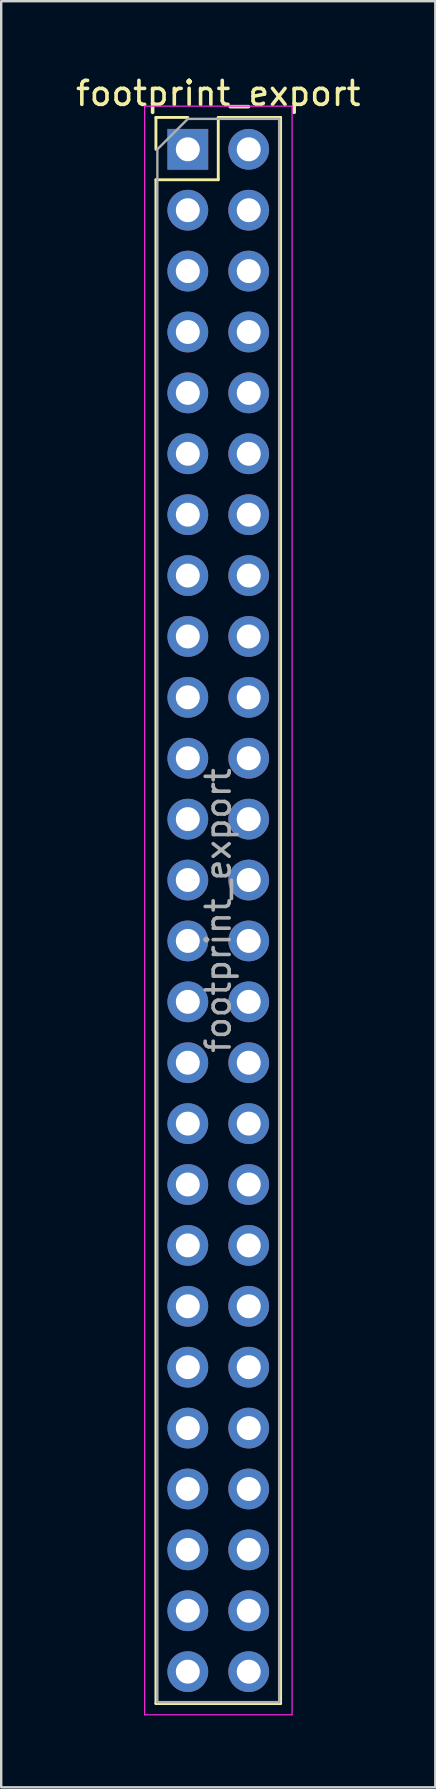
<source format=kicad_pcb>
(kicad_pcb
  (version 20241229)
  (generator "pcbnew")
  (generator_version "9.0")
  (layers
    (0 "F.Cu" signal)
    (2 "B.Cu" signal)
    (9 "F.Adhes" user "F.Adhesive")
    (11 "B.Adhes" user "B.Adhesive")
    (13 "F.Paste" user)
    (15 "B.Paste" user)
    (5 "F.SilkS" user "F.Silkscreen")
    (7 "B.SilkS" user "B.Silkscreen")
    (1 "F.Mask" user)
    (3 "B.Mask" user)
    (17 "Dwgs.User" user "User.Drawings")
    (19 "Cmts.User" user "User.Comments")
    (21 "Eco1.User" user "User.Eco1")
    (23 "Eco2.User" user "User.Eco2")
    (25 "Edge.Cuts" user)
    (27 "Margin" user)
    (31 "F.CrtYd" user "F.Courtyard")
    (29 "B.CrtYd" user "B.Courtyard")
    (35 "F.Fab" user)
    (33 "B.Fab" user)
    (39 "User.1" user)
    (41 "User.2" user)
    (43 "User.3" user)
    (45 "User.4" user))
  (footprint "footprint_export"
    (layer "F.Cu")
    (at 4.784 3.178)
    (property "Reference" "footprint_export" (at 1.27 -2.33 0) (layer "F.SilkS") (effects (font (size 1 1) (thickness 0.15))))
    (attr through_hole)
    (fp_line (start -1.33 -1.33) (end 0 -1.33) (stroke (width 0.12) (type solid)) (layer "F.SilkS"))
    (fp_line (start -1.33 0) (end -1.33 -1.33) (stroke (width 0.12) (type solid)) (layer "F.SilkS"))
    (fp_line (start -1.33 1.27) (end -1.33 64.83) (stroke (width 0.12) (type solid)) (layer "F.SilkS"))
    (fp_line (start -1.33 1.27) (end 1.27 1.27) (stroke (width 0.12) (type solid)) (layer "F.SilkS"))
    (fp_line (start -1.33 64.83) (end 3.87 64.83) (stroke (width 0.12) (type solid)) (layer "F.SilkS"))
    (fp_line (start 1.27 -1.33) (end 3.87 -1.33) (stroke (width 0.12) (type solid)) (layer "F.SilkS"))
    (fp_line (start 1.27 1.27) (end 1.27 -1.33) (stroke (width 0.12) (type solid)) (layer "F.SilkS"))
    (fp_line (start 3.87 -1.33) (end 3.87 64.83) (stroke (width 0.12) (type solid)) (layer "F.SilkS"))
    (fp_line (start -1.8 -1.8) (end -1.8 65.3) (stroke (width 0.05) (type solid)) (layer "F.CrtYd"))
    (fp_line (start -1.8 65.3) (end 4.35 65.3) (stroke (width 0.05) (type solid)) (layer "F.CrtYd"))
    (fp_line (start 4.35 -1.8) (end -1.8 -1.8) (stroke (width 0.05) (type solid)) (layer "F.CrtYd"))
    (fp_line (start 4.35 65.3) (end 4.35 -1.8) (stroke (width 0.05) (type solid)) (layer "F.CrtYd"))
    (fp_line (start -1.27 0) (end 0 -1.27) (stroke (width 0.1) (type solid)) (layer "F.Fab"))
    (fp_line (start -1.27 64.77) (end -1.27 0) (stroke (width 0.1) (type solid)) (layer "F.Fab"))
    (fp_line (start 0 -1.27) (end 3.81 -1.27) (stroke (width 0.1) (type solid)) (layer "F.Fab"))
    (fp_line (start 3.81 -1.27) (end 3.81 64.77) (stroke (width 0.1) (type solid)) (layer "F.Fab"))
    (fp_line (start 3.81 64.77) (end -1.27 64.77) (stroke (width 0.1) (type solid)) (layer "F.Fab"))
    (fp_text user "${REFERENCE}" (at 1.27 31.75 90) (layer "F.Fab") (effects (font (size 1 1) (thickness 0.15))))
    (pad "1" thru_hole rect (at 0 0) (size 1.7 1.7) (drill 1) (layers "*.Cu" "*.Mask"))
    (pad "2" thru_hole oval (at 2.54 0) (size 1.7 1.7) (drill 1) (layers "*.Cu" "*.Mask"))
    (pad "3" thru_hole oval (at 0 2.54) (size 1.7 1.7) (drill 1) (layers "*.Cu" "*.Mask"))
    (pad "4" thru_hole oval (at 2.54 2.54) (size 1.7 1.7) (drill 1) (layers "*.Cu" "*.Mask"))
    (pad "5" thru_hole oval (at 0 5.08) (size 1.7 1.7) (drill 1) (layers "*.Cu" "*.Mask"))
    (pad "6" thru_hole oval (at 2.54 5.08) (size 1.7 1.7) (drill 1) (layers "*.Cu" "*.Mask"))
    (pad "7" thru_hole oval (at 0 7.62) (size 1.7 1.7) (drill 1) (layers "*.Cu" "*.Mask"))
    (pad "8" thru_hole oval (at 2.54 7.62) (size 1.7 1.7) (drill 1) (layers "*.Cu" "*.Mask"))
    (pad "9" thru_hole oval (at 0 10.16) (size 1.7 1.7) (drill 1) (layers "*.Cu" "*.Mask"))
    (pad "10" thru_hole oval (at 2.54 10.16) (size 1.7 1.7) (drill 1) (layers "*.Cu" "*.Mask"))
    (pad "11" thru_hole oval (at 0 12.7) (size 1.7 1.7) (drill 1) (layers "*.Cu" "*.Mask"))
    (pad "12" thru_hole oval (at 2.54 12.7) (size 1.7 1.7) (drill 1) (layers "*.Cu" "*.Mask"))
    (pad "13" thru_hole oval (at 0 15.24) (size 1.7 1.7) (drill 1) (layers "*.Cu" "*.Mask"))
    (pad "14" thru_hole oval (at 2.54 15.24) (size 1.7 1.7) (drill 1) (layers "*.Cu" "*.Mask"))
    (pad "15" thru_hole oval (at 0 17.78) (size 1.7 1.7) (drill 1) (layers "*.Cu" "*.Mask"))
    (pad "16" thru_hole oval (at 2.54 17.78) (size 1.7 1.7) (drill 1) (layers "*.Cu" "*.Mask"))
    (pad "17" thru_hole oval (at 0 20.32) (size 1.7 1.7) (drill 1) (layers "*.Cu" "*.Mask"))
    (pad "18" thru_hole oval (at 2.54 20.32) (size 1.7 1.7) (drill 1) (layers "*.Cu" "*.Mask"))
    (pad "19" thru_hole oval (at 0 22.86) (size 1.7 1.7) (drill 1) (layers "*.Cu" "*.Mask"))
    (pad "20" thru_hole oval (at 2.54 22.86) (size 1.7 1.7) (drill 1) (layers "*.Cu" "*.Mask"))
    (pad "21" thru_hole oval (at 0 25.4) (size 1.7 1.7) (drill 1) (layers "*.Cu" "*.Mask"))
    (pad "22" thru_hole oval (at 2.54 25.4) (size 1.7 1.7) (drill 1) (layers "*.Cu" "*.Mask"))
    (pad "23" thru_hole oval (at 0 27.94) (size 1.7 1.7) (drill 1) (layers "*.Cu" "*.Mask"))
    (pad "24" thru_hole oval (at 2.54 27.94) (size 1.7 1.7) (drill 1) (layers "*.Cu" "*.Mask"))
    (pad "25" thru_hole oval (at 0 30.48) (size 1.7 1.7) (drill 1) (layers "*.Cu" "*.Mask"))
    (pad "26" thru_hole oval (at 2.54 30.48) (size 1.7 1.7) (drill 1) (layers "*.Cu" "*.Mask"))
    (pad "27" thru_hole oval (at 0 33.02) (size 1.7 1.7) (drill 1) (layers "*.Cu" "*.Mask"))
    (pad "28" thru_hole oval (at 2.54 33.02) (size 1.7 1.7) (drill 1) (layers "*.Cu" "*.Mask"))
    (pad "29" thru_hole oval (at 0 35.56) (size 1.7 1.7) (drill 1) (layers "*.Cu" "*.Mask"))
    (pad "30" thru_hole oval (at 2.54 35.56) (size 1.7 1.7) (drill 1) (layers "*.Cu" "*.Mask"))
    (pad "31" thru_hole oval (at 0 38.1) (size 1.7 1.7) (drill 1) (layers "*.Cu" "*.Mask"))
    (pad "32" thru_hole oval (at 2.54 38.1) (size 1.7 1.7) (drill 1) (layers "*.Cu" "*.Mask"))
    (pad "33" thru_hole oval (at 0 40.64) (size 1.7 1.7) (drill 1) (layers "*.Cu" "*.Mask"))
    (pad "34" thru_hole oval (at 2.54 40.64) (size 1.7 1.7) (drill 1) (layers "*.Cu" "*.Mask"))
    (pad "35" thru_hole oval (at 0 43.18) (size 1.7 1.7) (drill 1) (layers "*.Cu" "*.Mask"))
    (pad "36" thru_hole oval (at 2.54 43.18) (size 1.7 1.7) (drill 1) (layers "*.Cu" "*.Mask"))
    (pad "37" thru_hole oval (at 0 45.72) (size 1.7 1.7) (drill 1) (layers "*.Cu" "*.Mask"))
    (pad "38" thru_hole oval (at 2.54 45.72) (size 1.7 1.7) (drill 1) (layers "*.Cu" "*.Mask"))
    (pad "39" thru_hole oval (at 0 48.26) (size 1.7 1.7) (drill 1) (layers "*.Cu" "*.Mask"))
    (pad "40" thru_hole oval (at 2.54 48.26) (size 1.7 1.7) (drill 1) (layers "*.Cu" "*.Mask"))
    (pad "41" thru_hole oval (at 0 50.8) (size 1.7 1.7) (drill 1) (layers "*.Cu" "*.Mask"))
    (pad "42" thru_hole oval (at 2.54 50.8) (size 1.7 1.7) (drill 1) (layers "*.Cu" "*.Mask"))
    (pad "43" thru_hole oval (at 0 53.34) (size 1.7 1.7) (drill 1) (layers "*.Cu" "*.Mask"))
    (pad "44" thru_hole oval (at 2.54 53.34) (size 1.7 1.7) (drill 1) (layers "*.Cu" "*.Mask"))
    (pad "45" thru_hole oval (at 0 55.88) (size 1.7 1.7) (drill 1) (layers "*.Cu" "*.Mask"))
    (pad "46" thru_hole oval (at 2.54 55.88) (size 1.7 1.7) (drill 1) (layers "*.Cu" "*.Mask"))
    (pad "47" thru_hole oval (at 0 58.42) (size 1.7 1.7) (drill 1) (layers "*.Cu" "*.Mask"))
    (pad "48" thru_hole oval (at 2.54 58.42) (size 1.7 1.7) (drill 1) (layers "*.Cu" "*.Mask"))
    (pad "49" thru_hole oval (at 0 60.96) (size 1.7 1.7) (drill 1) (layers "*.Cu" "*.Mask"))
    (pad "50" thru_hole oval (at 2.54 60.96) (size 1.7 1.7) (drill 1) (layers "*.Cu" "*.Mask"))
    (pad "51" thru_hole oval (at 0 63.5) (size 1.7 1.7) (drill 1) (layers "*.Cu" "*.Mask"))
    (pad "52" thru_hole oval (at 2.54 63.5) (size 1.7 1.7) (drill 1) (layers "*.Cu" "*.Mask")))
  (gr_rect
    (start -3 -3)
    (end 15.107 71.503)
    (stroke (width 0.1) (type default))
    (fill no)
    (layer "Edge.Cuts")))
</source>
